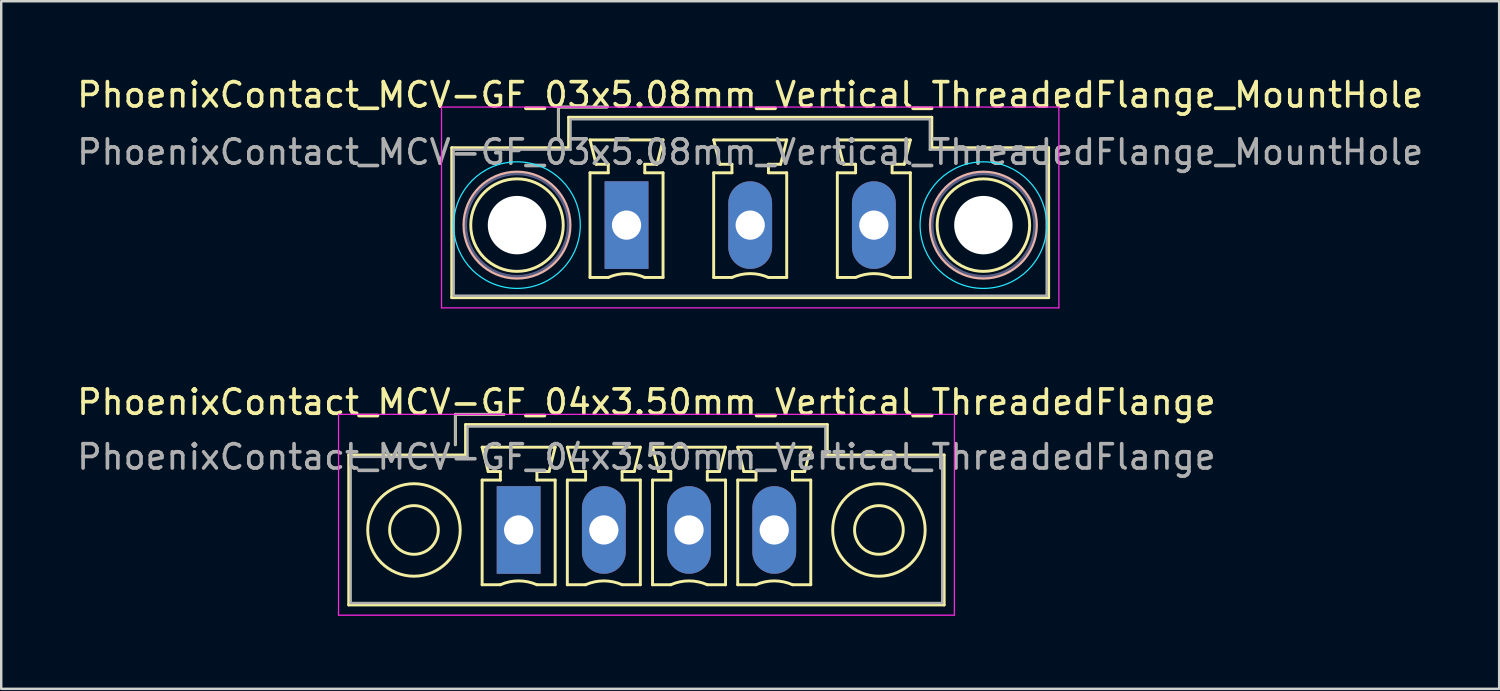
<source format=kicad_pcb>
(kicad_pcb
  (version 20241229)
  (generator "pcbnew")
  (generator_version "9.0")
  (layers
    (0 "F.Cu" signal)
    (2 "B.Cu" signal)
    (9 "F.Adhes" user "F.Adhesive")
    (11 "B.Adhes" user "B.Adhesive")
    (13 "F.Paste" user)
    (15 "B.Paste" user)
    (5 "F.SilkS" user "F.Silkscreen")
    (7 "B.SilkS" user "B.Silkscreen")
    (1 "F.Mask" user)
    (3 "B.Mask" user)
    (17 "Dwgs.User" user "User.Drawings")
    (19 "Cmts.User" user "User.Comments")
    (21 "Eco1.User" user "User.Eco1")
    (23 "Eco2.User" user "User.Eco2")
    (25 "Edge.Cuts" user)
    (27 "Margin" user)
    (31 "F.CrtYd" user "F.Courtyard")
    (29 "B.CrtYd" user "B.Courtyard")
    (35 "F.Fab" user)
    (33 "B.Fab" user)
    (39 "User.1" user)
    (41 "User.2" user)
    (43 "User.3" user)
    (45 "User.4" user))
  (footprint "PhoenixContact_MCV-GF_03x5.08mm_Vertical_ThreadedFlange_MountHole"
    (layer "F.Cu")
    (at 22.688 6.198)
    (property "Reference" "PhoenixContact_MCV-GF_03x5.08mm_Vertical_ThreadedFlange_MountHole" (at 5.08 -5.35 0) (layer "F.SilkS") (effects (font (size 1 1) (thickness 0.15))))
    (attr through_hole)
    (fp_line (start -7.18 -3.18) (end -7.18 2.98) (stroke (width 0.12) (type solid)) (layer "F.SilkS"))
    (fp_line (start -7.18 2.98) (end 17.34 2.98) (stroke (width 0.12) (type solid)) (layer "F.SilkS"))
    (fp_line (start -2.8 -4.85) (end -0.8 -4.85) (stroke (width 0.12) (type solid)) (layer "F.SilkS"))
    (fp_line (start -2.8 -3.6) (end -2.8 -4.85) (stroke (width 0.12) (type solid)) (layer "F.SilkS"))
    (fp_line (start -2.38 -4.43) (end -2.38 -3.18) (stroke (width 0.12) (type solid)) (layer "F.SilkS"))
    (fp_line (start -2.38 -3.18) (end -7.18 -3.18) (stroke (width 0.12) (type solid)) (layer "F.SilkS"))
    (fp_line (start -1.5 -3.5) (end 1.5 -3.5) (stroke (width 0.12) (type solid)) (layer "F.SilkS"))
    (fp_line (start -1.5 -2.15) (end -0.75 -2.15) (stroke (width 0.12) (type solid)) (layer "F.SilkS"))
    (fp_line (start -1.5 2.15) (end -1.5 -2.15) (stroke (width 0.12) (type solid)) (layer "F.SilkS"))
    (fp_line (start -1.25 -2.5) (end -1.5 -3.5) (stroke (width 0.12) (type solid)) (layer "F.SilkS"))
    (fp_line (start -0.75 -2.5) (end -1.25 -2.5) (stroke (width 0.12) (type solid)) (layer "F.SilkS"))
    (fp_line (start -0.75 -2.15) (end -0.75 -2.5) (stroke (width 0.12) (type solid)) (layer "F.SilkS"))
    (fp_line (start -0.75 2.15) (end -1.5 2.15) (stroke (width 0.12) (type solid)) (layer "F.SilkS"))
    (fp_line (start 0.75 -2.5) (end 0.75 -2.15) (stroke (width 0.12) (type solid)) (layer "F.SilkS"))
    (fp_line (start 0.75 -2.15) (end 1.5 -2.15) (stroke (width 0.12) (type solid)) (layer "F.SilkS"))
    (fp_line (start 1.25 -2.5) (end 0.75 -2.5) (stroke (width 0.12) (type solid)) (layer "F.SilkS"))
    (fp_line (start 1.5 -3.5) (end 1.25 -2.5) (stroke (width 0.12) (type solid)) (layer "F.SilkS"))
    (fp_line (start 1.5 -2.15) (end 1.5 2.15) (stroke (width 0.12) (type solid)) (layer "F.SilkS"))
    (fp_line (start 1.5 2.15) (end 0.75 2.15) (stroke (width 0.12) (type solid)) (layer "F.SilkS"))
    (fp_line (start 3.58 -3.5) (end 6.58 -3.5) (stroke (width 0.12) (type solid)) (layer "F.SilkS"))
    (fp_line (start 3.58 -2.15) (end 4.33 -2.15) (stroke (width 0.12) (type solid)) (layer "F.SilkS"))
    (fp_line (start 3.58 2.15) (end 3.58 -2.15) (stroke (width 0.12) (type solid)) (layer "F.SilkS"))
    (fp_line (start 3.83 -2.5) (end 3.58 -3.5) (stroke (width 0.12) (type solid)) (layer "F.SilkS"))
    (fp_line (start 4.33 -2.5) (end 3.83 -2.5) (stroke (width 0.12) (type solid)) (layer "F.SilkS"))
    (fp_line (start 4.33 -2.15) (end 4.33 -2.5) (stroke (width 0.12) (type solid)) (layer "F.SilkS"))
    (fp_line (start 4.33 2.15) (end 3.58 2.15) (stroke (width 0.12) (type solid)) (layer "F.SilkS"))
    (fp_line (start 5.83 -2.5) (end 5.83 -2.15) (stroke (width 0.12) (type solid)) (layer "F.SilkS"))
    (fp_line (start 5.83 -2.15) (end 6.58 -2.15) (stroke (width 0.12) (type solid)) (layer "F.SilkS"))
    (fp_line (start 6.33 -2.5) (end 5.83 -2.5) (stroke (width 0.12) (type solid)) (layer "F.SilkS"))
    (fp_line (start 6.58 -3.5) (end 6.33 -2.5) (stroke (width 0.12) (type solid)) (layer "F.SilkS"))
    (fp_line (start 6.58 -2.15) (end 6.58 2.15) (stroke (width 0.12) (type solid)) (layer "F.SilkS"))
    (fp_line (start 6.58 2.15) (end 5.83 2.15) (stroke (width 0.12) (type solid)) (layer "F.SilkS"))
    (fp_line (start 8.66 -3.5) (end 11.66 -3.5) (stroke (width 0.12) (type solid)) (layer "F.SilkS"))
    (fp_line (start 8.66 -2.15) (end 9.41 -2.15) (stroke (width 0.12) (type solid)) (layer "F.SilkS"))
    (fp_line (start 8.66 2.15) (end 8.66 -2.15) (stroke (width 0.12) (type solid)) (layer "F.SilkS"))
    (fp_line (start 8.91 -2.5) (end 8.66 -3.5) (stroke (width 0.12) (type solid)) (layer "F.SilkS"))
    (fp_line (start 9.41 -2.5) (end 8.91 -2.5) (stroke (width 0.12) (type solid)) (layer "F.SilkS"))
    (fp_line (start 9.41 -2.15) (end 9.41 -2.5) (stroke (width 0.12) (type solid)) (layer "F.SilkS"))
    (fp_line (start 9.41 2.15) (end 8.66 2.15) (stroke (width 0.12) (type solid)) (layer "F.SilkS"))
    (fp_line (start 10.91 -2.5) (end 10.91 -2.15) (stroke (width 0.12) (type solid)) (layer "F.SilkS"))
    (fp_line (start 10.91 -2.15) (end 11.66 -2.15) (stroke (width 0.12) (type solid)) (layer "F.SilkS"))
    (fp_line (start 11.41 -2.5) (end 10.91 -2.5) (stroke (width 0.12) (type solid)) (layer "F.SilkS"))
    (fp_line (start 11.66 -3.5) (end 11.41 -2.5) (stroke (width 0.12) (type solid)) (layer "F.SilkS"))
    (fp_line (start 11.66 -2.15) (end 11.66 2.15) (stroke (width 0.12) (type solid)) (layer "F.SilkS"))
    (fp_line (start 11.66 2.15) (end 10.91 2.15) (stroke (width 0.12) (type solid)) (layer "F.SilkS"))
    (fp_line (start 12.54 -4.43) (end -2.38 -4.43) (stroke (width 0.12) (type solid)) (layer "F.SilkS"))
    (fp_line (start 12.54 -3.18) (end 12.54 -4.43) (stroke (width 0.12) (type solid)) (layer "F.SilkS"))
    (fp_line (start 17.34 -3.18) (end 12.54 -3.18) (stroke (width 0.12) (type solid)) (layer "F.SilkS"))
    (fp_line (start 17.34 2.98) (end 17.34 -3.18) (stroke (width 0.12) (type solid)) (layer "F.SilkS"))
    (fp_arc (start -0.75 2.15) (mid -0.000193 1.99191) (end 0.749647 2.149844) (stroke (width 0.12) (type solid)) (layer "F.SilkS"))
    (fp_arc (start 4.33 2.15) (mid 5.079807 1.99191) (end 5.829647 2.149844) (stroke (width 0.12) (type solid)) (layer "F.SilkS"))
    (fp_arc (start 9.41 2.15) (mid 10.159807 1.99191) (end 10.909647 2.149844) (stroke (width 0.12) (type solid)) (layer "F.SilkS"))
    (fp_circle (center -4.5 0) (end -2.6 0) (stroke (width 0.12) (type solid)) (fill no) (layer "F.SilkS"))
    (fp_circle (center 14.66 0) (end 16.56 0) (stroke (width 0.12) (type solid)) (fill no) (layer "F.SilkS"))
    (fp_circle (center -4.5 0) (end -2.32 0) (stroke (width 0.12) (type solid)) (fill no) (layer "B.SilkS"))
    (fp_circle (center 14.66 0) (end 16.84 0) (stroke (width 0.12) (type solid)) (fill no) (layer "B.SilkS"))
    (fp_circle (center -4.5 0) (end -1.9 0) (stroke (width 0.05) (type solid)) (fill no) (layer "B.CrtYd"))
    (fp_circle (center 14.66 0) (end 17.26 0) (stroke (width 0.05) (type solid)) (fill no) (layer "B.CrtYd"))
    (fp_line (start -7.6 -4.85) (end -7.6 3.4) (stroke (width 0.05) (type solid)) (layer "F.CrtYd"))
    (fp_line (start -7.6 3.4) (end 17.76 3.4) (stroke (width 0.05) (type solid)) (layer "F.CrtYd"))
    (fp_line (start 17.76 -4.85) (end -7.6 -4.85) (stroke (width 0.05) (type solid)) (layer "F.CrtYd"))
    (fp_line (start 17.76 3.4) (end 17.76 -4.85) (stroke (width 0.05) (type solid)) (layer "F.CrtYd"))
    (fp_circle (center -4.5 0) (end -2.4 0) (stroke (width 0.1) (type solid)) (fill no) (layer "B.Fab"))
    (fp_circle (center 14.66 0) (end 16.76 0) (stroke (width 0.1) (type solid)) (fill no) (layer "B.Fab"))
    (fp_line (start -7.1 -3.1) (end -7.1 2.9) (stroke (width 0.1) (type solid)) (layer "F.Fab"))
    (fp_line (start -7.1 2.9) (end 17.26 2.9) (stroke (width 0.1) (type solid)) (layer "F.Fab"))
    (fp_line (start -2.8 -4.85) (end -0.8 -4.85) (stroke (width 0.1) (type solid)) (layer "F.Fab"))
    (fp_line (start -2.8 -3.6) (end -2.8 -4.85) (stroke (width 0.1) (type solid)) (layer "F.Fab"))
    (fp_line (start -2.3 -4.35) (end -2.3 -3.1) (stroke (width 0.1) (type solid)) (layer "F.Fab"))
    (fp_line (start -2.3 -3.1) (end -7.1 -3.1) (stroke (width 0.1) (type solid)) (layer "F.Fab"))
    (fp_line (start 12.46 -4.35) (end -2.3 -4.35) (stroke (width 0.1) (type solid)) (layer "F.Fab"))
    (fp_line (start 12.46 -3.1) (end 12.46 -4.35) (stroke (width 0.1) (type solid)) (layer "F.Fab"))
    (fp_line (start 17.26 -3.1) (end 12.46 -3.1) (stroke (width 0.1) (type solid)) (layer "F.Fab"))
    (fp_line (start 17.26 2.9) (end 17.26 -3.1) (stroke (width 0.1) (type solid)) (layer "F.Fab"))
    (fp_text user "${REFERENCE}" (at 5.08 -3 0) (layer "F.Fab") (effects (font (size 1 1) (thickness 0.15))))
    (pad "" np_thru_hole circle (at -4.5 0) (size 2.4 2.4) (drill 2.4) (layers "*.Cu" "*.Mask"))
    (pad "" np_thru_hole circle (at 14.66 0) (size 2.4 2.4) (drill 2.4) (layers "*.Cu" "*.Mask"))
    (pad "1" thru_hole rect (at 0 0) (size 1.8 3.6) (drill 1.2) (layers "*.Cu" "*.Mask"))
    (pad "2" thru_hole oval (at 5.08 0) (size 1.8 3.6) (drill 1.2) (layers "*.Cu" "*.Mask"))
    (pad "3" thru_hole oval (at 10.16 0) (size 1.8 3.6) (drill 1.2) (layers "*.Cu" "*.Mask")))
  (footprint "PhoenixContact_MCV-GF_04x3.50mm_Vertical_ThreadedFlange"
    (layer "F.Cu")
    (at 18.256 18.721)
    (property "Reference" "PhoenixContact_MCV-GF_04x3.50mm_Vertical_ThreadedFlange" (at 5.25 -5.25 0) (layer "F.SilkS") (effects (font (size 1 1) (thickness 0.15))))
    (attr through_hole)
    (fp_line (start -6.98 -3.08) (end -6.98 3.08) (stroke (width 0.12) (type solid)) (layer "F.SilkS"))
    (fp_line (start -6.98 3.08) (end 17.48 3.08) (stroke (width 0.12) (type solid)) (layer "F.SilkS"))
    (fp_line (start -2.6 -4.75) (end -0.6 -4.75) (stroke (width 0.12) (type solid)) (layer "F.SilkS"))
    (fp_line (start -2.6 -3.5) (end -2.6 -4.75) (stroke (width 0.12) (type solid)) (layer "F.SilkS"))
    (fp_line (start -2.18 -4.33) (end -2.18 -3.08) (stroke (width 0.12) (type solid)) (layer "F.SilkS"))
    (fp_line (start -2.18 -3.08) (end -6.98 -3.08) (stroke (width 0.12) (type solid)) (layer "F.SilkS"))
    (fp_line (start -1.5 -3.4) (end 1.5 -3.4) (stroke (width 0.12) (type solid)) (layer "F.SilkS"))
    (fp_line (start -1.5 -2.05) (end -0.75 -2.05) (stroke (width 0.12) (type solid)) (layer "F.SilkS"))
    (fp_line (start -1.5 2.25) (end -1.5 -2.05) (stroke (width 0.12) (type solid)) (layer "F.SilkS"))
    (fp_line (start -1.25 -2.4) (end -1.5 -3.4) (stroke (width 0.12) (type solid)) (layer "F.SilkS"))
    (fp_line (start -0.75 -2.4) (end -1.25 -2.4) (stroke (width 0.12) (type solid)) (layer "F.SilkS"))
    (fp_line (start -0.75 -2.05) (end -0.75 -2.4) (stroke (width 0.12) (type solid)) (layer "F.SilkS"))
    (fp_line (start -0.75 2.25) (end -1.5 2.25) (stroke (width 0.12) (type solid)) (layer "F.SilkS"))
    (fp_line (start 0.75 -2.4) (end 0.75 -2.05) (stroke (width 0.12) (type solid)) (layer "F.SilkS"))
    (fp_line (start 0.75 -2.05) (end 1.5 -2.05) (stroke (width 0.12) (type solid)) (layer "F.SilkS"))
    (fp_line (start 1.25 -2.4) (end 0.75 -2.4) (stroke (width 0.12) (type solid)) (layer "F.SilkS"))
    (fp_line (start 1.5 -3.4) (end 1.25 -2.4) (stroke (width 0.12) (type solid)) (layer "F.SilkS"))
    (fp_line (start 1.5 -2.05) (end 1.5 2.25) (stroke (width 0.12) (type solid)) (layer "F.SilkS"))
    (fp_line (start 1.5 2.25) (end 0.75 2.25) (stroke (width 0.12) (type solid)) (layer "F.SilkS"))
    (fp_line (start 2 -3.4) (end 5 -3.4) (stroke (width 0.12) (type solid)) (layer "F.SilkS"))
    (fp_line (start 2 -2.05) (end 2.75 -2.05) (stroke (width 0.12) (type solid)) (layer "F.SilkS"))
    (fp_line (start 2 2.25) (end 2 -2.05) (stroke (width 0.12) (type solid)) (layer "F.SilkS"))
    (fp_line (start 2.25 -2.4) (end 2 -3.4) (stroke (width 0.12) (type solid)) (layer "F.SilkS"))
    (fp_line (start 2.75 -2.4) (end 2.25 -2.4) (stroke (width 0.12) (type solid)) (layer "F.SilkS"))
    (fp_line (start 2.75 -2.05) (end 2.75 -2.4) (stroke (width 0.12) (type solid)) (layer "F.SilkS"))
    (fp_line (start 2.75 2.25) (end 2 2.25) (stroke (width 0.12) (type solid)) (layer "F.SilkS"))
    (fp_line (start 4.25 -2.4) (end 4.25 -2.05) (stroke (width 0.12) (type solid)) (layer "F.SilkS"))
    (fp_line (start 4.25 -2.05) (end 5 -2.05) (stroke (width 0.12) (type solid)) (layer "F.SilkS"))
    (fp_line (start 4.75 -2.4) (end 4.25 -2.4) (stroke (width 0.12) (type solid)) (layer "F.SilkS"))
    (fp_line (start 5 -3.4) (end 4.75 -2.4) (stroke (width 0.12) (type solid)) (layer "F.SilkS"))
    (fp_line (start 5 -2.05) (end 5 2.25) (stroke (width 0.12) (type solid)) (layer "F.SilkS"))
    (fp_line (start 5 2.25) (end 4.25 2.25) (stroke (width 0.12) (type solid)) (layer "F.SilkS"))
    (fp_line (start 5.5 -3.4) (end 8.5 -3.4) (stroke (width 0.12) (type solid)) (layer "F.SilkS"))
    (fp_line (start 5.5 -2.05) (end 6.25 -2.05) (stroke (width 0.12) (type solid)) (layer "F.SilkS"))
    (fp_line (start 5.5 2.25) (end 5.5 -2.05) (stroke (width 0.12) (type solid)) (layer "F.SilkS"))
    (fp_line (start 5.75 -2.4) (end 5.5 -3.4) (stroke (width 0.12) (type solid)) (layer "F.SilkS"))
    (fp_line (start 6.25 -2.4) (end 5.75 -2.4) (stroke (width 0.12) (type solid)) (layer "F.SilkS"))
    (fp_line (start 6.25 -2.05) (end 6.25 -2.4) (stroke (width 0.12) (type solid)) (layer "F.SilkS"))
    (fp_line (start 6.25 2.25) (end 5.5 2.25) (stroke (width 0.12) (type solid)) (layer "F.SilkS"))
    (fp_line (start 7.75 -2.4) (end 7.75 -2.05) (stroke (width 0.12) (type solid)) (layer "F.SilkS"))
    (fp_line (start 7.75 -2.05) (end 8.5 -2.05) (stroke (width 0.12) (type solid)) (layer "F.SilkS"))
    (fp_line (start 8.25 -2.4) (end 7.75 -2.4) (stroke (width 0.12) (type solid)) (layer "F.SilkS"))
    (fp_line (start 8.5 -3.4) (end 8.25 -2.4) (stroke (width 0.12) (type solid)) (layer "F.SilkS"))
    (fp_line (start 8.5 -2.05) (end 8.5 2.25) (stroke (width 0.12) (type solid)) (layer "F.SilkS"))
    (fp_line (start 8.5 2.25) (end 7.75 2.25) (stroke (width 0.12) (type solid)) (layer "F.SilkS"))
    (fp_line (start 9 -3.4) (end 12 -3.4) (stroke (width 0.12) (type solid)) (layer "F.SilkS"))
    (fp_line (start 9 -2.05) (end 9.75 -2.05) (stroke (width 0.12) (type solid)) (layer "F.SilkS"))
    (fp_line (start 9 2.25) (end 9 -2.05) (stroke (width 0.12) (type solid)) (layer "F.SilkS"))
    (fp_line (start 9.25 -2.4) (end 9 -3.4) (stroke (width 0.12) (type solid)) (layer "F.SilkS"))
    (fp_line (start 9.75 -2.4) (end 9.25 -2.4) (stroke (width 0.12) (type solid)) (layer "F.SilkS"))
    (fp_line (start 9.75 -2.05) (end 9.75 -2.4) (stroke (width 0.12) (type solid)) (layer "F.SilkS"))
    (fp_line (start 9.75 2.25) (end 9 2.25) (stroke (width 0.12) (type solid)) (layer "F.SilkS"))
    (fp_line (start 11.25 -2.4) (end 11.25 -2.05) (stroke (width 0.12) (type solid)) (layer "F.SilkS"))
    (fp_line (start 11.25 -2.05) (end 12 -2.05) (stroke (width 0.12) (type solid)) (layer "F.SilkS"))
    (fp_line (start 11.75 -2.4) (end 11.25 -2.4) (stroke (width 0.12) (type solid)) (layer "F.SilkS"))
    (fp_line (start 12 -3.4) (end 11.75 -2.4) (stroke (width 0.12) (type solid)) (layer "F.SilkS"))
    (fp_line (start 12 -2.05) (end 12 2.25) (stroke (width 0.12) (type solid)) (layer "F.SilkS"))
    (fp_line (start 12 2.25) (end 11.25 2.25) (stroke (width 0.12) (type solid)) (layer "F.SilkS"))
    (fp_line (start 12.68 -4.33) (end -2.18 -4.33) (stroke (width 0.12) (type solid)) (layer "F.SilkS"))
    (fp_line (start 12.68 -3.08) (end 12.68 -4.33) (stroke (width 0.12) (type solid)) (layer "F.SilkS"))
    (fp_line (start 17.48 -3.08) (end 12.68 -3.08) (stroke (width 0.12) (type solid)) (layer "F.SilkS"))
    (fp_line (start 17.48 3.08) (end 17.48 -3.08) (stroke (width 0.12) (type solid)) (layer "F.SilkS"))
    (fp_arc (start -0.75 2.25) (mid -0.000193 2.09191) (end 0.749647 2.249844) (stroke (width 0.12) (type solid)) (layer "F.SilkS"))
    (fp_arc (start 2.75 2.25) (mid 3.499807 2.09191) (end 4.249647 2.249844) (stroke (width 0.12) (type solid)) (layer "F.SilkS"))
    (fp_arc (start 6.25 2.25) (mid 6.999807 2.09191) (end 7.749647 2.249844) (stroke (width 0.12) (type solid)) (layer "F.SilkS"))
    (fp_arc (start 9.75 2.25) (mid 10.499807 2.09191) (end 11.249647 2.249844) (stroke (width 0.12) (type solid)) (layer "F.SilkS"))
    (fp_circle (center -4.3 0) (end -3.3 0) (stroke (width 0.12) (type solid)) (fill no) (layer "F.SilkS"))
    (fp_circle (center -4.3 0) (end -2.4 0) (stroke (width 0.12) (type solid)) (fill no) (layer "F.SilkS"))
    (fp_circle (center 14.8 0) (end 15.8 0) (stroke (width 0.12) (type solid)) (fill no) (layer "F.SilkS"))
    (fp_circle (center 14.8 0) (end 16.7 0) (stroke (width 0.12) (type solid)) (fill no) (layer "F.SilkS"))
    (fp_line (start -7.4 -4.75) (end -7.4 3.5) (stroke (width 0.05) (type solid)) (layer "F.CrtYd"))
    (fp_line (start -7.4 3.5) (end 17.9 3.5) (stroke (width 0.05) (type solid)) (layer "F.CrtYd"))
    (fp_line (start 17.9 -4.75) (end -7.4 -4.75) (stroke (width 0.05) (type solid)) (layer "F.CrtYd"))
    (fp_line (start 17.9 3.5) (end 17.9 -4.75) (stroke (width 0.05) (type solid)) (layer "F.CrtYd"))
    (fp_line (start -6.9 -3) (end -6.9 3) (stroke (width 0.1) (type solid)) (layer "F.Fab"))
    (fp_line (start -6.9 3) (end 17.4 3) (stroke (width 0.1) (type solid)) (layer "F.Fab"))
    (fp_line (start -2.6 -4.75) (end -0.6 -4.75) (stroke (width 0.1) (type solid)) (layer "F.Fab"))
    (fp_line (start -2.6 -3.5) (end -2.6 -4.75) (stroke (width 0.1) (type solid)) (layer "F.Fab"))
    (fp_line (start -2.1 -4.25) (end -2.1 -3) (stroke (width 0.1) (type solid)) (layer "F.Fab"))
    (fp_line (start -2.1 -3) (end -6.9 -3) (stroke (width 0.1) (type solid)) (layer "F.Fab"))
    (fp_line (start 12.6 -4.25) (end -2.1 -4.25) (stroke (width 0.1) (type solid)) (layer "F.Fab"))
    (fp_line (start 12.6 -3) (end 12.6 -4.25) (stroke (width 0.1) (type solid)) (layer "F.Fab"))
    (fp_line (start 17.4 -3) (end 12.6 -3) (stroke (width 0.1) (type solid)) (layer "F.Fab"))
    (fp_line (start 17.4 3) (end 17.4 -3) (stroke (width 0.1) (type solid)) (layer "F.Fab"))
    (fp_text user "${REFERENCE}" (at 5.25 -3 0) (layer "F.Fab") (effects (font (size 1 1) (thickness 0.15))))
    (pad "1" thru_hole rect (at 0 0) (size 1.8 3.6) (drill 1.2) (layers "*.Cu" "*.Mask"))
    (pad "2" thru_hole oval (at 3.5 0) (size 1.8 3.6) (drill 1.2) (layers "*.Cu" "*.Mask"))
    (pad "3" thru_hole oval (at 7 0) (size 1.8 3.6) (drill 1.2) (layers "*.Cu" "*.Mask"))
    (pad "4" thru_hole oval (at 10.5 0) (size 1.8 3.6) (drill 1.2) (layers "*.Cu" "*.Mask")))
  (gr_rect
    (start -3 -3)
    (end 58.536 25.247)
    (stroke (width 0.1) (type default))
    (fill no)
    (layer "Edge.Cuts")))
</source>
